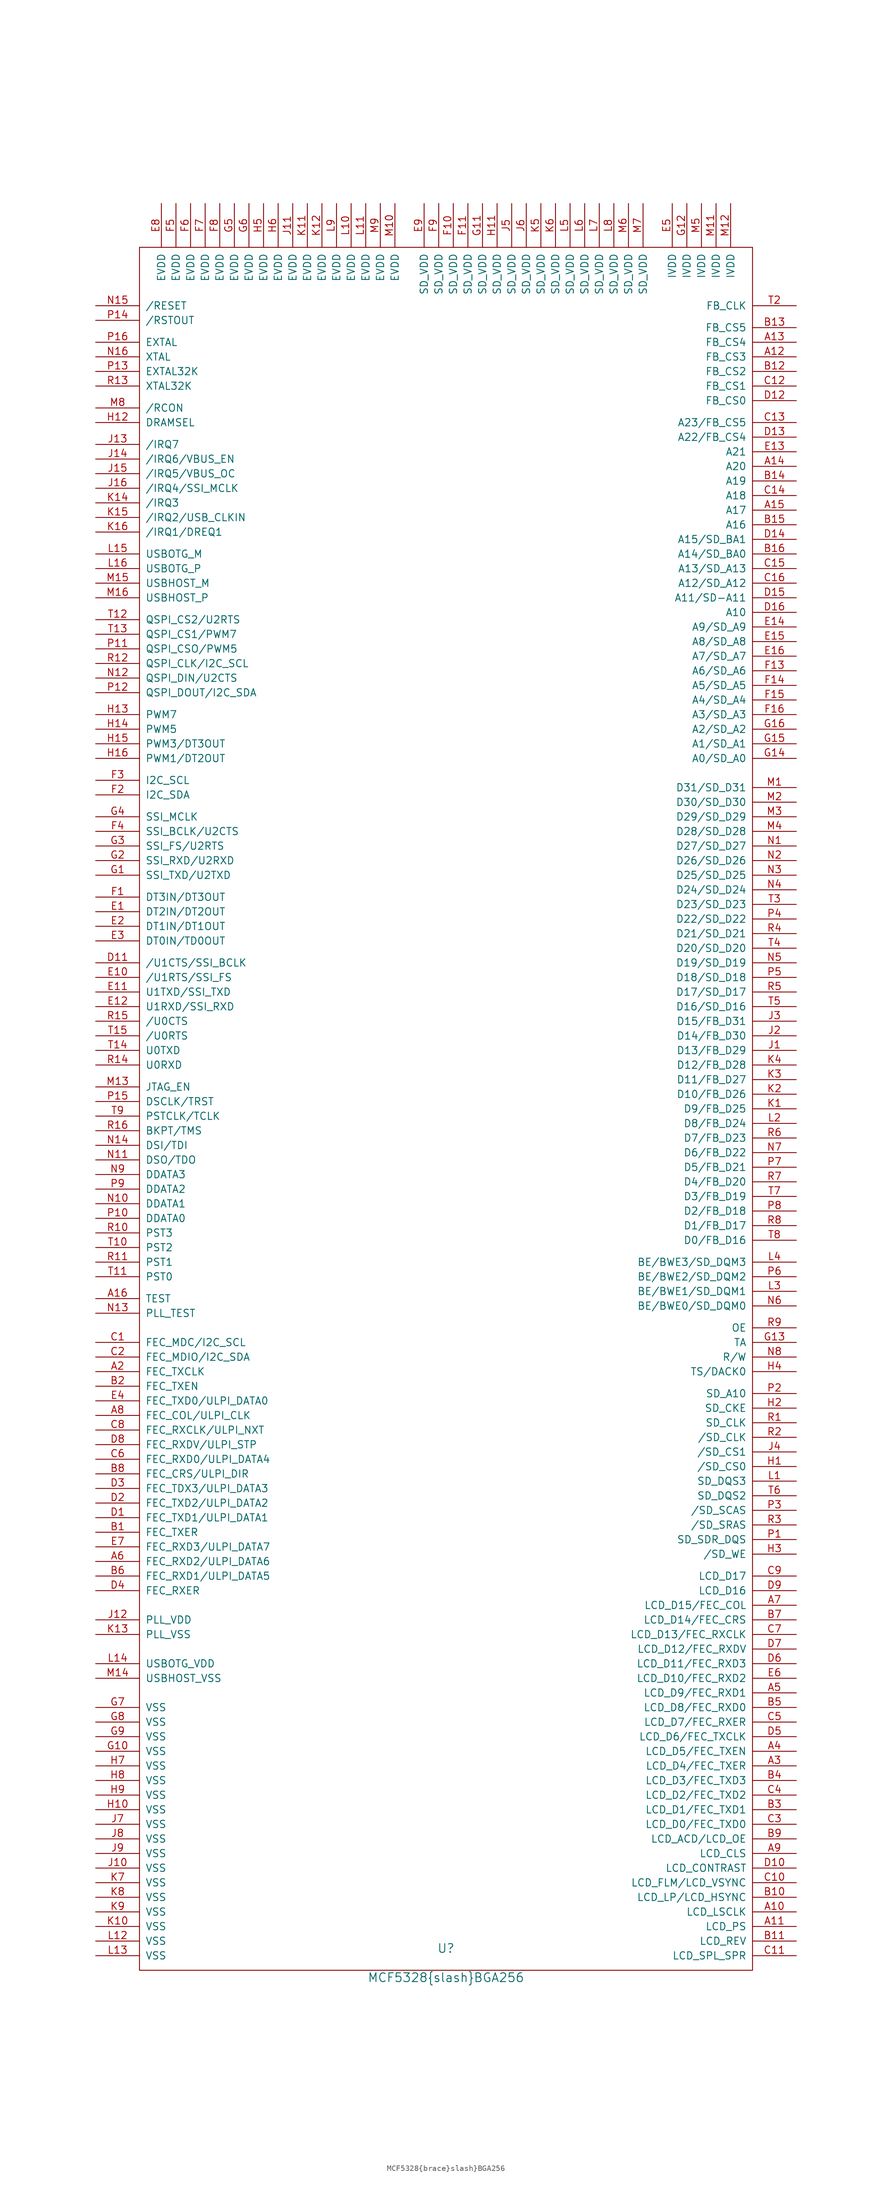
<source format=kicad_sym>
(kicad_symbol_lib
  (version 20211014)
  (generator kicad_symbol_editor)
  (symbol "MCF5328{brace}slash}BGA256"
    (pin_names
      (offset 1.016))
    (property "Reference" "U"
      (at 0 -146.05 0)
      (effects (font (size 1.524 1.524))))
    (property "Value" "MCF5328{brace}slash}BGA256"
      (at 0 -151.13 0)
      (effects (font (size 1.524 1.524))))
    (property "Footprint" ""
      (at 0 0 0)
      (effects (font (size 1.524 1.524))))
    (property "Datasheet" ""
      (at 0 0 0)
      (effects (font (size 1.524 1.524))))
    (symbol "MCF5328{brace}slash}BGA256_0_1"
      (rectangle (start -53.34 149.86) (end 53.34 -149.86) (stroke (width 0) (type default) (color 0 0 0 0)) (fill (type none))))
    (symbol "MCF5328{brace}slash}BGA256_1_1"
      (pin output line (at 60.96 -139.7 180) (length 7.62) (name "LCD_LSCLK" (effects (font (size 1.27 1.27)))) (number "A10" (effects (font (size 1.27 1.27)))))
      (pin output line (at 60.96 -142.24 180) (length 7.62) (name "LCD_PS" (effects (font (size 1.27 1.27)))) (number "A11" (effects (font (size 1.27 1.27)))))
      (pin output line (at 60.96 130.81 180) (length 7.62) (name "FB_CS3" (effects (font (size 1.27 1.27)))) (number "A12" (effects (font (size 1.27 1.27)))))
      (pin output line (at 60.96 133.35 180) (length 7.62) (name "FB_CS4" (effects (font (size 1.27 1.27)))) (number "A13" (effects (font (size 1.27 1.27)))))
      (pin output line (at 60.96 111.76 180) (length 7.62) (name "A20" (effects (font (size 1.27 1.27)))) (number "A14" (effects (font (size 1.27 1.27)))))
      (pin output line (at 60.96 104.14 180) (length 7.62) (name "A17" (effects (font (size 1.27 1.27)))) (number "A15" (effects (font (size 1.27 1.27)))))
      (pin input line (at -60.96 -33.02 0) (length 7.62) (name "TEST" (effects (font (size 1.27 1.27)))) (number "A16" (effects (font (size 1.27 1.27)))))
      (pin input line (at -60.96 -45.72 0) (length 7.62) (name "FEC_TXCLK" (effects (font (size 1.27 1.27)))) (number "A2" (effects (font (size 1.27 1.27)))))
      (pin output line (at 60.96 -114.3 180) (length 7.62) (name "LCD_D4/FEC_TXER" (effects (font (size 1.27 1.27)))) (number "A3" (effects (font (size 1.27 1.27)))))
      (pin output line (at 60.96 -111.76 180) (length 7.62) (name "LCD_D5/FEC_TXEN" (effects (font (size 1.27 1.27)))) (number "A4" (effects (font (size 1.27 1.27)))))
      (pin output line (at 60.96 -101.6 180) (length 7.62) (name "LCD_D9/FEC_RXD1" (effects (font (size 1.27 1.27)))) (number "A5" (effects (font (size 1.27 1.27)))))
      (pin input line (at -60.96 -78.74 0) (length 7.62) (name "FEC_RXD2/ULPI_DATA6" (effects (font (size 1.27 1.27)))) (number "A6" (effects (font (size 1.27 1.27)))))
      (pin output line (at 60.96 -86.36 180) (length 7.62) (name "LCD_D15/FEC_COL" (effects (font (size 1.27 1.27)))) (number "A7" (effects (font (size 1.27 1.27)))))
      (pin input line (at -60.96 -53.34 0) (length 7.62) (name "FEC_COL/ULPI_CLK" (effects (font (size 1.27 1.27)))) (number "A8" (effects (font (size 1.27 1.27)))))
      (pin output line (at 60.96 -129.54 180) (length 7.62) (name "LCD_CLS" (effects (font (size 1.27 1.27)))) (number "A9" (effects (font (size 1.27 1.27)))))
      (pin output line (at -60.96 -73.66 0) (length 7.62) (name "FEC_TXER" (effects (font (size 1.27 1.27)))) (number "B1" (effects (font (size 1.27 1.27)))))
      (pin output line (at 60.96 -137.16 180) (length 7.62) (name "LCD_LP/LCD_HSYNC" (effects (font (size 1.27 1.27)))) (number "B10" (effects (font (size 1.27 1.27)))))
      (pin output line (at 60.96 -144.78 180) (length 7.62) (name "LCD_REV" (effects (font (size 1.27 1.27)))) (number "B11" (effects (font (size 1.27 1.27)))))
      (pin output line (at 60.96 128.27 180) (length 7.62) (name "FB_CS2" (effects (font (size 1.27 1.27)))) (number "B12" (effects (font (size 1.27 1.27)))))
      (pin output line (at 60.96 135.89 180) (length 7.62) (name "FB_CS5" (effects (font (size 1.27 1.27)))) (number "B13" (effects (font (size 1.27 1.27)))))
      (pin output line (at 60.96 109.22 180) (length 7.62) (name "A19" (effects (font (size 1.27 1.27)))) (number "B14" (effects (font (size 1.27 1.27)))))
      (pin output line (at 60.96 101.6 180) (length 7.62) (name "A16" (effects (font (size 1.27 1.27)))) (number "B15" (effects (font (size 1.27 1.27)))))
      (pin output line (at 60.96 96.52 180) (length 7.62) (name "A14/SD_BA0" (effects (font (size 1.27 1.27)))) (number "B16" (effects (font (size 1.27 1.27)))))
      (pin output line (at -60.96 -48.26 0) (length 7.62) (name "FEC_TXEN" (effects (font (size 1.27 1.27)))) (number "B2" (effects (font (size 1.27 1.27)))))
      (pin output line (at 60.96 -121.92 180) (length 7.62) (name "LCD_D1/FEC_TXD1" (effects (font (size 1.27 1.27)))) (number "B3" (effects (font (size 1.27 1.27)))))
      (pin output line (at 60.96 -116.84 180) (length 7.62) (name "LCD_D3/FEC_TXD3" (effects (font (size 1.27 1.27)))) (number "B4" (effects (font (size 1.27 1.27)))))
      (pin output line (at 60.96 -104.14 180) (length 7.62) (name "LCD_D8/FEC_RXD0" (effects (font (size 1.27 1.27)))) (number "B5" (effects (font (size 1.27 1.27)))))
      (pin input line (at -60.96 -81.28 0) (length 7.62) (name "FEC_RXD1/ULPI_DATA5" (effects (font (size 1.27 1.27)))) (number "B6" (effects (font (size 1.27 1.27)))))
      (pin output line (at 60.96 -88.9 180) (length 7.62) (name "LCD_D14/FEC_CRS" (effects (font (size 1.27 1.27)))) (number "B7" (effects (font (size 1.27 1.27)))))
      (pin input line (at -60.96 -63.5 0) (length 7.62) (name "FEC_CRS/ULPI_DIR" (effects (font (size 1.27 1.27)))) (number "B8" (effects (font (size 1.27 1.27)))))
      (pin output line (at 60.96 -127 180) (length 7.62) (name "LCD_ACD/LCD_OE" (effects (font (size 1.27 1.27)))) (number "B9" (effects (font (size 1.27 1.27)))))
      (pin output line (at -60.96 -40.64 0) (length 7.62) (name "FEC_MDC/I2C_SCL" (effects (font (size 1.27 1.27)))) (number "C1" (effects (font (size 1.27 1.27)))))
      (pin output line (at 60.96 -134.62 180) (length 7.62) (name "LCD_FLM/LCD_VSYNC" (effects (font (size 1.27 1.27)))) (number "C10" (effects (font (size 1.27 1.27)))))
      (pin output line (at 60.96 -147.32 180) (length 7.62) (name "LCD_SPL_SPR" (effects (font (size 1.27 1.27)))) (number "C11" (effects (font (size 1.27 1.27)))))
      (pin output line (at 60.96 125.73 180) (length 7.62) (name "FB_CS1" (effects (font (size 1.27 1.27)))) (number "C12" (effects (font (size 1.27 1.27)))))
      (pin output line (at 60.96 119.38 180) (length 7.62) (name "A23/FB_CS5" (effects (font (size 1.27 1.27)))) (number "C13" (effects (font (size 1.27 1.27)))))
      (pin output line (at 60.96 106.68 180) (length 7.62) (name "A18" (effects (font (size 1.27 1.27)))) (number "C14" (effects (font (size 1.27 1.27)))))
      (pin output line (at 60.96 93.98 180) (length 7.62) (name "A13/SD_A13" (effects (font (size 1.27 1.27)))) (number "C15" (effects (font (size 1.27 1.27)))))
      (pin output line (at 60.96 91.44 180) (length 7.62) (name "A12/SD_A12" (effects (font (size 1.27 1.27)))) (number "C16" (effects (font (size 1.27 1.27)))))
      (pin bidirectional line (at -60.96 -43.18 0) (length 7.62) (name "FEC_MDIO/I2C_SDA" (effects (font (size 1.27 1.27)))) (number "C2" (effects (font (size 1.27 1.27)))))
      (pin output line (at 60.96 -124.46 180) (length 7.62) (name "LCD_D0/FEC_TXD0" (effects (font (size 1.27 1.27)))) (number "C3" (effects (font (size 1.27 1.27)))))
      (pin output line (at 60.96 -119.38 180) (length 7.62) (name "LCD_D2/FEC_TXD2" (effects (font (size 1.27 1.27)))) (number "C4" (effects (font (size 1.27 1.27)))))
      (pin output line (at 60.96 -106.68 180) (length 7.62) (name "LCD_D7/FEC_RXER" (effects (font (size 1.27 1.27)))) (number "C5" (effects (font (size 1.27 1.27)))))
      (pin input line (at -60.96 -60.96 0) (length 7.62) (name "FEC_RXD0/ULPI_DATA4" (effects (font (size 1.27 1.27)))) (number "C6" (effects (font (size 1.27 1.27)))))
      (pin output line (at 60.96 -91.44 180) (length 7.62) (name "LCD_D13/FEC_RXCLK" (effects (font (size 1.27 1.27)))) (number "C7" (effects (font (size 1.27 1.27)))))
      (pin input line (at -60.96 -55.88 0) (length 7.62) (name "FEC_RXCLK/ULPI_NXT" (effects (font (size 1.27 1.27)))) (number "C8" (effects (font (size 1.27 1.27)))))
      (pin output line (at 60.96 -81.28 180) (length 7.62) (name "LCD_D17" (effects (font (size 1.27 1.27)))) (number "C9" (effects (font (size 1.27 1.27)))))
      (pin output line (at -60.96 -71.12 0) (length 7.62) (name "FEC_TXD1/ULPI_DATA1" (effects (font (size 1.27 1.27)))) (number "D1" (effects (font (size 1.27 1.27)))))
      (pin output line (at 60.96 -132.08 180) (length 7.62) (name "LCD_CONTRAST" (effects (font (size 1.27 1.27)))) (number "D10" (effects (font (size 1.27 1.27)))))
      (pin input line (at -60.96 25.4 0) (length 7.62) (name "/U1CTS/SSI_BCLK" (effects (font (size 1.27 1.27)))) (number "D11" (effects (font (size 1.27 1.27)))))
      (pin output line (at 60.96 123.19 180) (length 7.62) (name "FB_CS0" (effects (font (size 1.27 1.27)))) (number "D12" (effects (font (size 1.27 1.27)))))
      (pin output line (at 60.96 116.84 180) (length 7.62) (name "A22/FB_CS4" (effects (font (size 1.27 1.27)))) (number "D13" (effects (font (size 1.27 1.27)))))
      (pin output line (at 60.96 99.06 180) (length 7.62) (name "A15/SD_BA1" (effects (font (size 1.27 1.27)))) (number "D14" (effects (font (size 1.27 1.27)))))
      (pin output line (at 60.96 88.9 180) (length 7.62) (name "A11/SD-A11" (effects (font (size 1.27 1.27)))) (number "D15" (effects (font (size 1.27 1.27)))))
      (pin output line (at 60.96 86.36 180) (length 7.62) (name "A10" (effects (font (size 1.27 1.27)))) (number "D16" (effects (font (size 1.27 1.27)))))
      (pin output line (at -60.96 -68.58 0) (length 7.62) (name "FEC_TXD2/ULPI_DATA2" (effects (font (size 1.27 1.27)))) (number "D2" (effects (font (size 1.27 1.27)))))
      (pin output line (at -60.96 -66.04 0) (length 7.62) (name "FEC_TDX3/ULPI_DATA3" (effects (font (size 1.27 1.27)))) (number "D3" (effects (font (size 1.27 1.27)))))
      (pin input line (at -60.96 -83.82 0) (length 7.62) (name "FEC_RXER" (effects (font (size 1.27 1.27)))) (number "D4" (effects (font (size 1.27 1.27)))))
      (pin output line (at 60.96 -109.22 180) (length 7.62) (name "LCD_D6/FEC_TXCLK" (effects (font (size 1.27 1.27)))) (number "D5" (effects (font (size 1.27 1.27)))))
      (pin output line (at 60.96 -96.52 180) (length 7.62) (name "LCD_D11/FEC_RXD3" (effects (font (size 1.27 1.27)))) (number "D6" (effects (font (size 1.27 1.27)))))
      (pin output line (at 60.96 -93.98 180) (length 7.62) (name "LCD_D12/FEC_RXDV" (effects (font (size 1.27 1.27)))) (number "D7" (effects (font (size 1.27 1.27)))))
      (pin input line (at -60.96 -58.42 0) (length 7.62) (name "FEC_RXDV/ULPI_STP" (effects (font (size 1.27 1.27)))) (number "D8" (effects (font (size 1.27 1.27)))))
      (pin output line (at 60.96 -83.82 180) (length 7.62) (name "LCD_D16" (effects (font (size 1.27 1.27)))) (number "D9" (effects (font (size 1.27 1.27)))))
      (pin input line (at -60.96 34.29 0) (length 7.62) (name "DT2IN/DT2OUT" (effects (font (size 1.27 1.27)))) (number "E1" (effects (font (size 1.27 1.27)))))
      (pin output line (at -60.96 22.86 0) (length 7.62) (name "/U1RTS/SSI_FS" (effects (font (size 1.27 1.27)))) (number "E10" (effects (font (size 1.27 1.27)))))
      (pin output line (at -60.96 20.32 0) (length 7.62) (name "U1TXD/SSI_TXD" (effects (font (size 1.27 1.27)))) (number "E11" (effects (font (size 1.27 1.27)))))
      (pin input line (at -60.96 17.78 0) (length 7.62) (name "U1RXD/SSI_RXD" (effects (font (size 1.27 1.27)))) (number "E12" (effects (font (size 1.27 1.27)))))
      (pin output line (at 60.96 114.3 180) (length 7.62) (name "A21" (effects (font (size 1.27 1.27)))) (number "E13" (effects (font (size 1.27 1.27)))))
      (pin output line (at 60.96 83.82 180) (length 7.62) (name "A9/SD_A9" (effects (font (size 1.27 1.27)))) (number "E14" (effects (font (size 1.27 1.27)))))
      (pin output line (at 60.96 81.28 180) (length 7.62) (name "A8/SD_A8" (effects (font (size 1.27 1.27)))) (number "E15" (effects (font (size 1.27 1.27)))))
      (pin output line (at 60.96 78.74 180) (length 7.62) (name "A7/SD_A7" (effects (font (size 1.27 1.27)))) (number "E16" (effects (font (size 1.27 1.27)))))
      (pin input line (at -60.96 31.75 0) (length 7.62) (name "DT1IN/DT1OUT" (effects (font (size 1.27 1.27)))) (number "E2" (effects (font (size 1.27 1.27)))))
      (pin input line (at -60.96 29.21 0) (length 7.62) (name "DT0IN/TD0OUT" (effects (font (size 1.27 1.27)))) (number "E3" (effects (font (size 1.27 1.27)))))
      (pin output line (at -60.96 -50.8 0) (length 7.62) (name "FEC_TXD0/ULPI_DATA0" (effects (font (size 1.27 1.27)))) (number "E4" (effects (font (size 1.27 1.27)))))
      (pin power_in line (at 39.37 157.48 270) (length 7.62) (name "IVDD" (effects (font (size 1.27 1.27)))) (number "E5" (effects (font (size 1.27 1.27)))))
      (pin output line (at 60.96 -99.06 180) (length 7.62) (name "LCD_D10/FEC_RXD2" (effects (font (size 1.27 1.27)))) (number "E6" (effects (font (size 1.27 1.27)))))
      (pin input line (at -60.96 -76.2 0) (length 7.62) (name "FEC_RXD3/ULPI_DATA7" (effects (font (size 1.27 1.27)))) (number "E7" (effects (font (size 1.27 1.27)))))
      (pin power_in line (at -49.53 157.48 270) (length 7.62) (name "EVDD" (effects (font (size 1.27 1.27)))) (number "E8" (effects (font (size 1.27 1.27)))))
      (pin power_in line (at -3.81 157.48 270) (length 7.62) (name "SD_VDD" (effects (font (size 1.27 1.27)))) (number "E9" (effects (font (size 1.27 1.27)))))
      (pin input line (at -60.96 36.83 0) (length 7.62) (name "DT3IN/DT3OUT" (effects (font (size 1.27 1.27)))) (number "F1" (effects (font (size 1.27 1.27)))))
      (pin power_in line (at 1.27 157.48 270) (length 7.62) (name "SD_VDD" (effects (font (size 1.27 1.27)))) (number "F10" (effects (font (size 1.27 1.27)))))
      (pin power_in line (at 3.81 157.48 270) (length 7.62) (name "SD_VDD" (effects (font (size 1.27 1.27)))) (number "F11" (effects (font (size 1.27 1.27)))))
      (pin output line (at 60.96 76.2 180) (length 7.62) (name "A6/SD_A6" (effects (font (size 1.27 1.27)))) (number "F13" (effects (font (size 1.27 1.27)))))
      (pin output line (at 60.96 73.66 180) (length 7.62) (name "A5/SD_A5" (effects (font (size 1.27 1.27)))) (number "F14" (effects (font (size 1.27 1.27)))))
      (pin output line (at 60.96 71.12 180) (length 7.62) (name "A4/SD_A4" (effects (font (size 1.27 1.27)))) (number "F15" (effects (font (size 1.27 1.27)))))
      (pin output line (at 60.96 68.58 180) (length 7.62) (name "A3/SD_A3" (effects (font (size 1.27 1.27)))) (number "F16" (effects (font (size 1.27 1.27)))))
      (pin bidirectional line (at -60.96 54.61 0) (length 7.62) (name "I2C_SDA" (effects (font (size 1.27 1.27)))) (number "F2" (effects (font (size 1.27 1.27)))))
      (pin bidirectional line (at -60.96 57.15 0) (length 7.62) (name "I2C_SCL" (effects (font (size 1.27 1.27)))) (number "F3" (effects (font (size 1.27 1.27)))))
      (pin bidirectional line (at -60.96 48.26 0) (length 7.62) (name "SSI_BCLK/U2CTS" (effects (font (size 1.27 1.27)))) (number "F4" (effects (font (size 1.27 1.27)))))
      (pin power_in line (at -46.99 157.48 270) (length 7.62) (name "EVDD" (effects (font (size 1.27 1.27)))) (number "F5" (effects (font (size 1.27 1.27)))))
      (pin power_in line (at -44.45 157.48 270) (length 7.62) (name "EVDD" (effects (font (size 1.27 1.27)))) (number "F6" (effects (font (size 1.27 1.27)))))
      (pin power_in line (at -41.91 157.48 270) (length 7.62) (name "EVDD" (effects (font (size 1.27 1.27)))) (number "F7" (effects (font (size 1.27 1.27)))))
      (pin power_in line (at -39.37 157.48 270) (length 7.62) (name "EVDD" (effects (font (size 1.27 1.27)))) (number "F8" (effects (font (size 1.27 1.27)))))
      (pin power_in line (at -1.27 157.48 270) (length 7.62) (name "SD_VDD" (effects (font (size 1.27 1.27)))) (number "F9" (effects (font (size 1.27 1.27)))))
      (pin output line (at -60.96 40.64 0) (length 7.62) (name "SSI_TXD/U2TXD" (effects (font (size 1.27 1.27)))) (number "G1" (effects (font (size 1.27 1.27)))))
      (pin power_in line (at -60.96 -111.76 0) (length 7.62) (name "VSS" (effects (font (size 1.27 1.27)))) (number "G10" (effects (font (size 1.27 1.27)))))
      (pin power_in line (at 6.35 157.48 270) (length 7.62) (name "SD_VDD" (effects (font (size 1.27 1.27)))) (number "G11" (effects (font (size 1.27 1.27)))))
      (pin power_in line (at 41.91 157.48 270) (length 7.62) (name "IVDD" (effects (font (size 1.27 1.27)))) (number "G12" (effects (font (size 1.27 1.27)))))
      (pin input line (at 60.96 -40.64 180) (length 7.62) (name "TA" (effects (font (size 1.27 1.27)))) (number "G13" (effects (font (size 1.27 1.27)))))
      (pin output line (at 60.96 60.96 180) (length 7.62) (name "A0/SD_A0" (effects (font (size 1.27 1.27)))) (number "G14" (effects (font (size 1.27 1.27)))))
      (pin output line (at 60.96 63.5 180) (length 7.62) (name "A1/SD_A1" (effects (font (size 1.27 1.27)))) (number "G15" (effects (font (size 1.27 1.27)))))
      (pin output line (at 60.96 66.04 180) (length 7.62) (name "A2/SD_A2" (effects (font (size 1.27 1.27)))) (number "G16" (effects (font (size 1.27 1.27)))))
      (pin input line (at -60.96 43.18 0) (length 7.62) (name "SSI_RXD/U2RXD" (effects (font (size 1.27 1.27)))) (number "G2" (effects (font (size 1.27 1.27)))))
      (pin bidirectional line (at -60.96 45.72 0) (length 7.62) (name "SSI_FS/U2RTS" (effects (font (size 1.27 1.27)))) (number "G3" (effects (font (size 1.27 1.27)))))
      (pin bidirectional line (at -60.96 50.8 0) (length 7.62) (name "SSI_MCLK" (effects (font (size 1.27 1.27)))) (number "G4" (effects (font (size 1.27 1.27)))))
      (pin power_in line (at -36.83 157.48 270) (length 7.62) (name "EVDD" (effects (font (size 1.27 1.27)))) (number "G5" (effects (font (size 1.27 1.27)))))
      (pin power_in line (at -34.29 157.48 270) (length 7.62) (name "EVDD" (effects (font (size 1.27 1.27)))) (number "G6" (effects (font (size 1.27 1.27)))))
      (pin power_in line (at -60.96 -104.14 0) (length 7.62) (name "VSS" (effects (font (size 1.27 1.27)))) (number "G7" (effects (font (size 1.27 1.27)))))
      (pin power_in line (at -60.96 -106.68 0) (length 7.62) (name "VSS" (effects (font (size 1.27 1.27)))) (number "G8" (effects (font (size 1.27 1.27)))))
      (pin power_in line (at -60.96 -109.22 0) (length 7.62) (name "VSS" (effects (font (size 1.27 1.27)))) (number "G9" (effects (font (size 1.27 1.27)))))
      (pin output line (at 60.96 -62.23 180) (length 7.62) (name "/SD_CS0" (effects (font (size 1.27 1.27)))) (number "H1" (effects (font (size 1.27 1.27)))))
      (pin power_in line (at -60.96 -121.92 0) (length 7.62) (name "VSS" (effects (font (size 1.27 1.27)))) (number "H10" (effects (font (size 1.27 1.27)))))
      (pin power_in line (at 8.89 157.48 270) (length 7.62) (name "SD_VDD" (effects (font (size 1.27 1.27)))) (number "H11" (effects (font (size 1.27 1.27)))))
      (pin input line (at -60.96 119.38 0) (length 7.62) (name "DRAMSEL" (effects (font (size 1.27 1.27)))) (number "H12" (effects (font (size 1.27 1.27)))))
      (pin bidirectional line (at -60.96 68.58 0) (length 7.62) (name "PWM7" (effects (font (size 1.27 1.27)))) (number "H13" (effects (font (size 1.27 1.27)))))
      (pin bidirectional line (at -60.96 66.04 0) (length 7.62) (name "PWM5" (effects (font (size 1.27 1.27)))) (number "H14" (effects (font (size 1.27 1.27)))))
      (pin bidirectional line (at -60.96 63.5 0) (length 7.62) (name "PWM3/DT3OUT" (effects (font (size 1.27 1.27)))) (number "H15" (effects (font (size 1.27 1.27)))))
      (pin bidirectional line (at -60.96 60.96 0) (length 7.62) (name "PWM1/DT2OUT" (effects (font (size 1.27 1.27)))) (number "H16" (effects (font (size 1.27 1.27)))))
      (pin output line (at 60.96 -52.07 180) (length 7.62) (name "SD_CKE" (effects (font (size 1.27 1.27)))) (number "H2" (effects (font (size 1.27 1.27)))))
      (pin output line (at 60.96 -77.47 180) (length 7.62) (name "/SD_WE" (effects (font (size 1.27 1.27)))) (number "H3" (effects (font (size 1.27 1.27)))))
      (pin output line (at 60.96 -45.72 180) (length 7.62) (name "TS/DACK0" (effects (font (size 1.27 1.27)))) (number "H4" (effects (font (size 1.27 1.27)))))
      (pin power_in line (at -31.75 157.48 270) (length 7.62) (name "EVDD" (effects (font (size 1.27 1.27)))) (number "H5" (effects (font (size 1.27 1.27)))))
      (pin power_in line (at -29.21 157.48 270) (length 7.62) (name "EVDD" (effects (font (size 1.27 1.27)))) (number "H6" (effects (font (size 1.27 1.27)))))
      (pin power_in line (at -60.96 -114.3 0) (length 7.62) (name "VSS" (effects (font (size 1.27 1.27)))) (number "H7" (effects (font (size 1.27 1.27)))))
      (pin power_in line (at -60.96 -116.84 0) (length 7.62) (name "VSS" (effects (font (size 1.27 1.27)))) (number "H8" (effects (font (size 1.27 1.27)))))
      (pin power_in line (at -60.96 -119.38 0) (length 7.62) (name "VSS" (effects (font (size 1.27 1.27)))) (number "H9" (effects (font (size 1.27 1.27)))))
      (pin output line (at 60.96 10.16 180) (length 7.62) (name "D13/FB_D29" (effects (font (size 1.27 1.27)))) (number "J1" (effects (font (size 1.27 1.27)))))
      (pin power_in line (at -60.96 -132.08 0) (length 7.62) (name "VSS" (effects (font (size 1.27 1.27)))) (number "J10" (effects (font (size 1.27 1.27)))))
      (pin power_in line (at -26.67 157.48 270) (length 7.62) (name "EVDD" (effects (font (size 1.27 1.27)))) (number "J11" (effects (font (size 1.27 1.27)))))
      (pin power_in line (at -60.96 -88.9 0) (length 7.62) (name "PLL_VDD" (effects (font (size 1.27 1.27)))) (number "J12" (effects (font (size 1.27 1.27)))))
      (pin input line (at -60.96 115.57 0) (length 7.62) (name "/IRQ7" (effects (font (size 1.27 1.27)))) (number "J13" (effects (font (size 1.27 1.27)))))
      (pin input line (at -60.96 113.03 0) (length 7.62) (name "/IRQ6/VBUS_EN" (effects (font (size 1.27 1.27)))) (number "J14" (effects (font (size 1.27 1.27)))))
      (pin input line (at -60.96 110.49 0) (length 7.62) (name "/IRQ5/VBUS_OC" (effects (font (size 1.27 1.27)))) (number "J15" (effects (font (size 1.27 1.27)))))
      (pin input line (at -60.96 107.95 0) (length 7.62) (name "/IRQ4/SSI_MCLK" (effects (font (size 1.27 1.27)))) (number "J16" (effects (font (size 1.27 1.27)))))
      (pin output line (at 60.96 12.7 180) (length 7.62) (name "D14/FB_D30" (effects (font (size 1.27 1.27)))) (number "J2" (effects (font (size 1.27 1.27)))))
      (pin output line (at 60.96 15.24 180) (length 7.62) (name "D15/FB_D31" (effects (font (size 1.27 1.27)))) (number "J3" (effects (font (size 1.27 1.27)))))
      (pin output line (at 60.96 -59.69 180) (length 7.62) (name "/SD_CS1" (effects (font (size 1.27 1.27)))) (number "J4" (effects (font (size 1.27 1.27)))))
      (pin power_in line (at 11.43 157.48 270) (length 7.62) (name "SD_VDD" (effects (font (size 1.27 1.27)))) (number "J5" (effects (font (size 1.27 1.27)))))
      (pin power_in line (at 13.97 157.48 270) (length 7.62) (name "SD_VDD" (effects (font (size 1.27 1.27)))) (number "J6" (effects (font (size 1.27 1.27)))))
      (pin power_in line (at -60.96 -124.46 0) (length 7.62) (name "VSS" (effects (font (size 1.27 1.27)))) (number "J7" (effects (font (size 1.27 1.27)))))
      (pin power_in line (at -60.96 -127 0) (length 7.62) (name "VSS" (effects (font (size 1.27 1.27)))) (number "J8" (effects (font (size 1.27 1.27)))))
      (pin power_in line (at -60.96 -129.54 0) (length 7.62) (name "VSS" (effects (font (size 1.27 1.27)))) (number "J9" (effects (font (size 1.27 1.27)))))
      (pin output line (at 60.96 0 180) (length 7.62) (name "D9/FB_D25" (effects (font (size 1.27 1.27)))) (number "K1" (effects (font (size 1.27 1.27)))))
      (pin power_in line (at -60.96 -142.24 0) (length 7.62) (name "VSS" (effects (font (size 1.27 1.27)))) (number "K10" (effects (font (size 1.27 1.27)))))
      (pin power_in line (at -24.13 157.48 270) (length 7.62) (name "EVDD" (effects (font (size 1.27 1.27)))) (number "K11" (effects (font (size 1.27 1.27)))))
      (pin power_in line (at -21.59 157.48 270) (length 7.62) (name "EVDD" (effects (font (size 1.27 1.27)))) (number "K12" (effects (font (size 1.27 1.27)))))
      (pin power_in line (at -60.96 -91.44 0) (length 7.62) (name "PLL_VSS" (effects (font (size 1.27 1.27)))) (number "K13" (effects (font (size 1.27 1.27)))))
      (pin input line (at -60.96 105.41 0) (length 7.62) (name "/IRQ3" (effects (font (size 1.27 1.27)))) (number "K14" (effects (font (size 1.27 1.27)))))
      (pin input line (at -60.96 102.87 0) (length 7.62) (name "/IRQ2/USB_CLKIN" (effects (font (size 1.27 1.27)))) (number "K15" (effects (font (size 1.27 1.27)))))
      (pin input line (at -60.96 100.33 0) (length 7.62) (name "/IRQ1/DREQ1" (effects (font (size 1.27 1.27)))) (number "K16" (effects (font (size 1.27 1.27)))))
      (pin output line (at 60.96 2.54 180) (length 7.62) (name "D10/FB_D26" (effects (font (size 1.27 1.27)))) (number "K2" (effects (font (size 1.27 1.27)))))
      (pin output line (at 60.96 5.08 180) (length 7.62) (name "D11/FB_D27" (effects (font (size 1.27 1.27)))) (number "K3" (effects (font (size 1.27 1.27)))))
      (pin output line (at 60.96 7.62 180) (length 7.62) (name "D12/FB_D28" (effects (font (size 1.27 1.27)))) (number "K4" (effects (font (size 1.27 1.27)))))
      (pin power_in line (at 16.51 157.48 270) (length 7.62) (name "SD_VDD" (effects (font (size 1.27 1.27)))) (number "K5" (effects (font (size 1.27 1.27)))))
      (pin power_in line (at 19.05 157.48 270) (length 7.62) (name "SD_VDD" (effects (font (size 1.27 1.27)))) (number "K6" (effects (font (size 1.27 1.27)))))
      (pin power_in line (at -60.96 -134.62 0) (length 7.62) (name "VSS" (effects (font (size 1.27 1.27)))) (number "K7" (effects (font (size 1.27 1.27)))))
      (pin power_in line (at -60.96 -137.16 0) (length 7.62) (name "VSS" (effects (font (size 1.27 1.27)))) (number "K8" (effects (font (size 1.27 1.27)))))
      (pin power_in line (at -60.96 -139.7 0) (length 7.62) (name "VSS" (effects (font (size 1.27 1.27)))) (number "K9" (effects (font (size 1.27 1.27)))))
      (pin input line (at 60.96 -64.77 180) (length 7.62) (name "SD_DQS3" (effects (font (size 1.27 1.27)))) (number "L1" (effects (font (size 1.27 1.27)))))
      (pin power_in line (at -16.51 157.48 270) (length 7.62) (name "EVDD" (effects (font (size 1.27 1.27)))) (number "L10" (effects (font (size 1.27 1.27)))))
      (pin power_in line (at -13.97 157.48 270) (length 7.62) (name "EVDD" (effects (font (size 1.27 1.27)))) (number "L11" (effects (font (size 1.27 1.27)))))
      (pin power_in line (at -60.96 -144.78 0) (length 7.62) (name "VSS" (effects (font (size 1.27 1.27)))) (number "L12" (effects (font (size 1.27 1.27)))))
      (pin power_in line (at -60.96 -147.32 0) (length 7.62) (name "VSS" (effects (font (size 1.27 1.27)))) (number "L13" (effects (font (size 1.27 1.27)))))
      (pin power_in line (at -60.96 -96.52 0) (length 7.62) (name "USBOTG_VDD" (effects (font (size 1.27 1.27)))) (number "L14" (effects (font (size 1.27 1.27)))))
      (pin bidirectional line (at -60.96 96.52 0) (length 7.62) (name "USBOTG_M" (effects (font (size 1.27 1.27)))) (number "L15" (effects (font (size 1.27 1.27)))))
      (pin bidirectional line (at -60.96 93.98 0) (length 7.62) (name "USBOTG_P" (effects (font (size 1.27 1.27)))) (number "L16" (effects (font (size 1.27 1.27)))))
      (pin output line (at 60.96 -2.54 180) (length 7.62) (name "D8/FB_D24" (effects (font (size 1.27 1.27)))) (number "L2" (effects (font (size 1.27 1.27)))))
      (pin output line (at 60.96 -31.75 180) (length 7.62) (name "BE/BWE1/SD_DQM1" (effects (font (size 1.27 1.27)))) (number "L3" (effects (font (size 1.27 1.27)))))
      (pin output line (at 60.96 -26.67 180) (length 7.62) (name "BE/BWE3/SD_DQM3" (effects (font (size 1.27 1.27)))) (number "L4" (effects (font (size 1.27 1.27)))))
      (pin power_in line (at 21.59 157.48 270) (length 7.62) (name "SD_VDD" (effects (font (size 1.27 1.27)))) (number "L5" (effects (font (size 1.27 1.27)))))
      (pin power_in line (at 24.13 157.48 270) (length 7.62) (name "SD_VDD" (effects (font (size 1.27 1.27)))) (number "L6" (effects (font (size 1.27 1.27)))))
      (pin power_in line (at 26.67 157.48 270) (length 7.62) (name "SD_VDD" (effects (font (size 1.27 1.27)))) (number "L7" (effects (font (size 1.27 1.27)))))
      (pin power_in line (at 29.21 157.48 270) (length 7.62) (name "SD_VDD" (effects (font (size 1.27 1.27)))) (number "L8" (effects (font (size 1.27 1.27)))))
      (pin power_in line (at -19.05 157.48 270) (length 7.62) (name "EVDD" (effects (font (size 1.27 1.27)))) (number "L9" (effects (font (size 1.27 1.27)))))
      (pin output line (at 60.96 55.88 180) (length 7.62) (name "D31/SD_D31" (effects (font (size 1.27 1.27)))) (number "M1" (effects (font (size 1.27 1.27)))))
      (pin power_in line (at -8.89 157.48 270) (length 7.62) (name "EVDD" (effects (font (size 1.27 1.27)))) (number "M10" (effects (font (size 1.27 1.27)))))
      (pin power_in line (at 46.99 157.48 270) (length 7.62) (name "IVDD" (effects (font (size 1.27 1.27)))) (number "M11" (effects (font (size 1.27 1.27)))))
      (pin power_in line (at 49.53 157.48 270) (length 7.62) (name "IVDD" (effects (font (size 1.27 1.27)))) (number "M12" (effects (font (size 1.27 1.27)))))
      (pin input line (at -60.96 3.81 0) (length 7.62) (name "JTAG_EN" (effects (font (size 1.27 1.27)))) (number "M13" (effects (font (size 1.27 1.27)))))
      (pin power_in line (at -60.96 -99.06 0) (length 7.62) (name "USBHOST_VSS" (effects (font (size 1.27 1.27)))) (number "M14" (effects (font (size 1.27 1.27)))))
      (pin bidirectional line (at -60.96 91.44 0) (length 7.62) (name "USBHOST_M" (effects (font (size 1.27 1.27)))) (number "M15" (effects (font (size 1.27 1.27)))))
      (pin bidirectional line (at -60.96 88.9 0) (length 7.62) (name "USBHOST_P" (effects (font (size 1.27 1.27)))) (number "M16" (effects (font (size 1.27 1.27)))))
      (pin output line (at 60.96 53.34 180) (length 7.62) (name "D30/SD_D30" (effects (font (size 1.27 1.27)))) (number "M2" (effects (font (size 1.27 1.27)))))
      (pin output line (at 60.96 50.8 180) (length 7.62) (name "D29/SD_D29" (effects (font (size 1.27 1.27)))) (number "M3" (effects (font (size 1.27 1.27)))))
      (pin output line (at 60.96 48.26 180) (length 7.62) (name "D28/SD_D28" (effects (font (size 1.27 1.27)))) (number "M4" (effects (font (size 1.27 1.27)))))
      (pin power_in line (at 44.45 157.48 270) (length 7.62) (name "IVDD" (effects (font (size 1.27 1.27)))) (number "M5" (effects (font (size 1.27 1.27)))))
      (pin power_in line (at 31.75 157.48 270) (length 7.62) (name "SD_VDD" (effects (font (size 1.27 1.27)))) (number "M6" (effects (font (size 1.27 1.27)))))
      (pin power_in line (at 34.29 157.48 270) (length 7.62) (name "SD_VDD" (effects (font (size 1.27 1.27)))) (number "M7" (effects (font (size 1.27 1.27)))))
      (pin input line (at -60.96 121.92 0) (length 7.62) (name "/RCON" (effects (font (size 1.27 1.27)))) (number "M8" (effects (font (size 1.27 1.27)))))
      (pin power_in line (at -11.43 157.48 270) (length 7.62) (name "EVDD" (effects (font (size 1.27 1.27)))) (number "M9" (effects (font (size 1.27 1.27)))))
      (pin output line (at 60.96 45.72 180) (length 7.62) (name "D27/SD_D27" (effects (font (size 1.27 1.27)))) (number "N1" (effects (font (size 1.27 1.27)))))
      (pin output line (at -60.96 -16.51 0) (length 7.62) (name "DDATA1" (effects (font (size 1.27 1.27)))) (number "N10" (effects (font (size 1.27 1.27)))))
      (pin output line (at -60.96 -8.89 0) (length 7.62) (name "DSO/TDO" (effects (font (size 1.27 1.27)))) (number "N11" (effects (font (size 1.27 1.27)))))
      (pin input line (at -60.96 74.93 0) (length 7.62) (name "QSPI_DIN/U2CTS" (effects (font (size 1.27 1.27)))) (number "N12" (effects (font (size 1.27 1.27)))))
      (pin input line (at -60.96 -35.56 0) (length 7.62) (name "PLL_TEST" (effects (font (size 1.27 1.27)))) (number "N13" (effects (font (size 1.27 1.27)))))
      (pin input line (at -60.96 -6.35 0) (length 7.62) (name "DSI/TDI" (effects (font (size 1.27 1.27)))) (number "N14" (effects (font (size 1.27 1.27)))))
      (pin input line (at -60.96 139.7 0) (length 7.62) (name "/RESET" (effects (font (size 1.27 1.27)))) (number "N15" (effects (font (size 1.27 1.27)))))
      (pin output line (at -60.96 130.81 0) (length 7.62) (name "XTAL" (effects (font (size 1.27 1.27)))) (number "N16" (effects (font (size 1.27 1.27)))))
      (pin output line (at 60.96 43.18 180) (length 7.62) (name "D26/SD_D26" (effects (font (size 1.27 1.27)))) (number "N2" (effects (font (size 1.27 1.27)))))
      (pin output line (at 60.96 40.64 180) (length 7.62) (name "D25/SD_D25" (effects (font (size 1.27 1.27)))) (number "N3" (effects (font (size 1.27 1.27)))))
      (pin output line (at 60.96 38.1 180) (length 7.62) (name "D24/SD_D24" (effects (font (size 1.27 1.27)))) (number "N4" (effects (font (size 1.27 1.27)))))
      (pin output line (at 60.96 25.4 180) (length 7.62) (name "D19/SD_D19" (effects (font (size 1.27 1.27)))) (number "N5" (effects (font (size 1.27 1.27)))))
      (pin output line (at 60.96 -34.29 180) (length 7.62) (name "BE/BWE0/SD_DQM0" (effects (font (size 1.27 1.27)))) (number "N6" (effects (font (size 1.27 1.27)))))
      (pin output line (at 60.96 -7.62 180) (length 7.62) (name "D6/FB_D22" (effects (font (size 1.27 1.27)))) (number "N7" (effects (font (size 1.27 1.27)))))
      (pin output line (at 60.96 -43.18 180) (length 7.62) (name "R/W" (effects (font (size 1.27 1.27)))) (number "N8" (effects (font (size 1.27 1.27)))))
      (pin output line (at -60.96 -11.43 0) (length 7.62) (name "DDATA3" (effects (font (size 1.27 1.27)))) (number "N9" (effects (font (size 1.27 1.27)))))
      (pin output line (at 60.96 -74.93 180) (length 7.62) (name "SD_SDR_DQS" (effects (font (size 1.27 1.27)))) (number "P1" (effects (font (size 1.27 1.27)))))
      (pin output line (at -60.96 -19.05 0) (length 7.62) (name "DDATA0" (effects (font (size 1.27 1.27)))) (number "P10" (effects (font (size 1.27 1.27)))))
      (pin output line (at -60.96 80.01 0) (length 7.62) (name "QSPI_CSO/PWM5" (effects (font (size 1.27 1.27)))) (number "P11" (effects (font (size 1.27 1.27)))))
      (pin output line (at -60.96 72.39 0) (length 7.62) (name "QSPI_DOUT/I2C_SDA" (effects (font (size 1.27 1.27)))) (number "P12" (effects (font (size 1.27 1.27)))))
      (pin input line (at -60.96 128.27 0) (length 7.62) (name "EXTAL32K" (effects (font (size 1.27 1.27)))) (number "P13" (effects (font (size 1.27 1.27)))))
      (pin output line (at -60.96 137.16 0) (length 7.62) (name "/RSTOUT" (effects (font (size 1.27 1.27)))) (number "P14" (effects (font (size 1.27 1.27)))))
      (pin input line (at -60.96 1.27 0) (length 7.62) (name "DSCLK/TRST" (effects (font (size 1.27 1.27)))) (number "P15" (effects (font (size 1.27 1.27)))))
      (pin input line (at -60.96 133.35 0) (length 7.62) (name "EXTAL" (effects (font (size 1.27 1.27)))) (number "P16" (effects (font (size 1.27 1.27)))))
      (pin output line (at 60.96 -49.53 180) (length 7.62) (name "SD_A10" (effects (font (size 1.27 1.27)))) (number "P2" (effects (font (size 1.27 1.27)))))
      (pin output line (at 60.96 -69.85 180) (length 7.62) (name "/SD_SCAS" (effects (font (size 1.27 1.27)))) (number "P3" (effects (font (size 1.27 1.27)))))
      (pin output line (at 60.96 33.02 180) (length 7.62) (name "D22/SD_D22" (effects (font (size 1.27 1.27)))) (number "P4" (effects (font (size 1.27 1.27)))))
      (pin output line (at 60.96 22.86 180) (length 7.62) (name "D18/SD_D18" (effects (font (size 1.27 1.27)))) (number "P5" (effects (font (size 1.27 1.27)))))
      (pin output line (at 60.96 -29.21 180) (length 7.62) (name "BE/BWE2/SD_DQM2" (effects (font (size 1.27 1.27)))) (number "P6" (effects (font (size 1.27 1.27)))))
      (pin output line (at 60.96 -10.16 180) (length 7.62) (name "D5/FB_D21" (effects (font (size 1.27 1.27)))) (number "P7" (effects (font (size 1.27 1.27)))))
      (pin output line (at 60.96 -17.78 180) (length 7.62) (name "D2/FB_D18" (effects (font (size 1.27 1.27)))) (number "P8" (effects (font (size 1.27 1.27)))))
      (pin output line (at -60.96 -13.97 0) (length 7.62) (name "DDATA2" (effects (font (size 1.27 1.27)))) (number "P9" (effects (font (size 1.27 1.27)))))
      (pin output line (at 60.96 -54.61 180) (length 7.62) (name "SD_CLK" (effects (font (size 1.27 1.27)))) (number "R1" (effects (font (size 1.27 1.27)))))
      (pin output line (at -60.96 -21.59 0) (length 7.62) (name "PST3" (effects (font (size 1.27 1.27)))) (number "R10" (effects (font (size 1.27 1.27)))))
      (pin output line (at -60.96 -26.67 0) (length 7.62) (name "PST1" (effects (font (size 1.27 1.27)))) (number "R11" (effects (font (size 1.27 1.27)))))
      (pin output line (at -60.96 77.47 0) (length 7.62) (name "QSPI_CLK/I2C_SCL" (effects (font (size 1.27 1.27)))) (number "R12" (effects (font (size 1.27 1.27)))))
      (pin output line (at -60.96 125.73 0) (length 7.62) (name "XTAL32K" (effects (font (size 1.27 1.27)))) (number "R13" (effects (font (size 1.27 1.27)))))
      (pin input line (at -60.96 7.62 0) (length 7.62) (name "U0RXD" (effects (font (size 1.27 1.27)))) (number "R14" (effects (font (size 1.27 1.27)))))
      (pin input line (at -60.96 15.24 0) (length 7.62) (name "/U0CTS" (effects (font (size 1.27 1.27)))) (number "R15" (effects (font (size 1.27 1.27)))))
      (pin input line (at -60.96 -3.81 0) (length 7.62) (name "BKPT/TMS" (effects (font (size 1.27 1.27)))) (number "R16" (effects (font (size 1.27 1.27)))))
      (pin output line (at 60.96 -57.15 180) (length 7.62) (name "/SD_CLK" (effects (font (size 1.27 1.27)))) (number "R2" (effects (font (size 1.27 1.27)))))
      (pin output line (at 60.96 -72.39 180) (length 7.62) (name "/SD_SRAS" (effects (font (size 1.27 1.27)))) (number "R3" (effects (font (size 1.27 1.27)))))
      (pin output line (at 60.96 30.48 180) (length 7.62) (name "D21/SD_D21" (effects (font (size 1.27 1.27)))) (number "R4" (effects (font (size 1.27 1.27)))))
      (pin output line (at 60.96 20.32 180) (length 7.62) (name "D17/SD_D17" (effects (font (size 1.27 1.27)))) (number "R5" (effects (font (size 1.27 1.27)))))
      (pin output line (at 60.96 -5.08 180) (length 7.62) (name "D7/FB_D23" (effects (font (size 1.27 1.27)))) (number "R6" (effects (font (size 1.27 1.27)))))
      (pin output line (at 60.96 -12.7 180) (length 7.62) (name "D4/FB_D20" (effects (font (size 1.27 1.27)))) (number "R7" (effects (font (size 1.27 1.27)))))
      (pin output line (at 60.96 -20.32 180) (length 7.62) (name "D1/FB_D17" (effects (font (size 1.27 1.27)))) (number "R8" (effects (font (size 1.27 1.27)))))
      (pin output line (at 60.96 -38.1 180) (length 7.62) (name "OE" (effects (font (size 1.27 1.27)))) (number "R9" (effects (font (size 1.27 1.27)))))
      (pin output line (at -60.96 -24.13 0) (length 7.62) (name "PST2" (effects (font (size 1.27 1.27)))) (number "T10" (effects (font (size 1.27 1.27)))))
      (pin output line (at -60.96 -29.21 0) (length 7.62) (name "PST0" (effects (font (size 1.27 1.27)))) (number "T11" (effects (font (size 1.27 1.27)))))
      (pin output line (at -60.96 85.09 0) (length 7.62) (name "QSPI_CS2/U2RTS" (effects (font (size 1.27 1.27)))) (number "T12" (effects (font (size 1.27 1.27)))))
      (pin output line (at -60.96 82.55 0) (length 7.62) (name "QSPI_CS1/PWM7" (effects (font (size 1.27 1.27)))) (number "T13" (effects (font (size 1.27 1.27)))))
      (pin output line (at -60.96 10.16 0) (length 7.62) (name "U0TXD" (effects (font (size 1.27 1.27)))) (number "T14" (effects (font (size 1.27 1.27)))))
      (pin output line (at -60.96 12.7 0) (length 7.62) (name "/U0RTS" (effects (font (size 1.27 1.27)))) (number "T15" (effects (font (size 1.27 1.27)))))
      (pin output line (at 60.96 139.7 180) (length 7.62) (name "FB_CLK" (effects (font (size 1.27 1.27)))) (number "T2" (effects (font (size 1.27 1.27)))))
      (pin output line (at 60.96 35.56 180) (length 7.62) (name "D23/SD_D23" (effects (font (size 1.27 1.27)))) (number "T3" (effects (font (size 1.27 1.27)))))
      (pin output line (at 60.96 27.94 180) (length 7.62) (name "D20/SD_D20" (effects (font (size 1.27 1.27)))) (number "T4" (effects (font (size 1.27 1.27)))))
      (pin output line (at 60.96 17.78 180) (length 7.62) (name "D16/SD_D16" (effects (font (size 1.27 1.27)))) (number "T5" (effects (font (size 1.27 1.27)))))
      (pin input line (at 60.96 -67.31 180) (length 7.62) (name "SD_DQS2" (effects (font (size 1.27 1.27)))) (number "T6" (effects (font (size 1.27 1.27)))))
      (pin output line (at 60.96 -15.24 180) (length 7.62) (name "D3/FB_D19" (effects (font (size 1.27 1.27)))) (number "T7" (effects (font (size 1.27 1.27)))))
      (pin output line (at 60.96 -22.86 180) (length 7.62) (name "D0/FB_D16" (effects (font (size 1.27 1.27)))) (number "T8" (effects (font (size 1.27 1.27)))))
      (pin output line (at -60.96 -1.27 0) (length 7.62) (name "PSTCLK/TCLK" (effects (font (size 1.27 1.27)))) (number "T9" (effects (font (size 1.27 1.27))))))))
</source>
